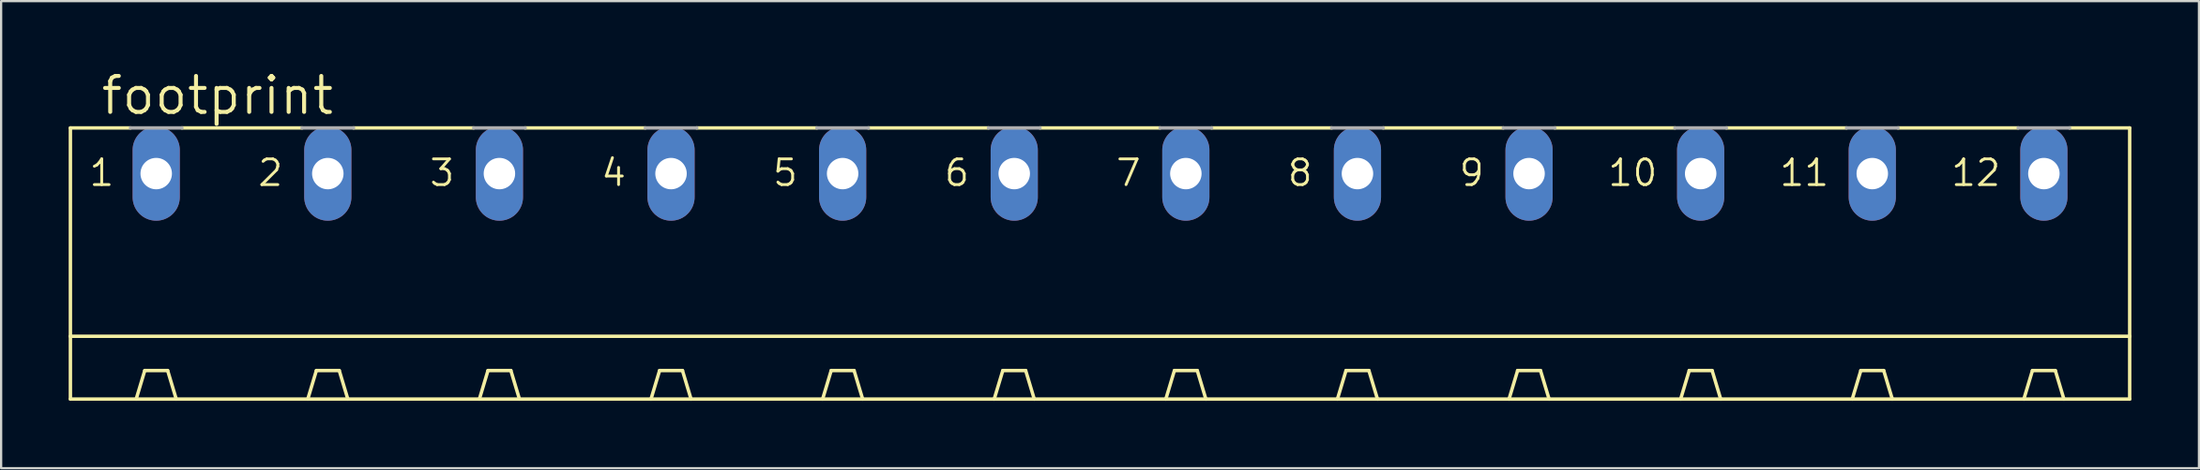
<source format=kicad_pcb>
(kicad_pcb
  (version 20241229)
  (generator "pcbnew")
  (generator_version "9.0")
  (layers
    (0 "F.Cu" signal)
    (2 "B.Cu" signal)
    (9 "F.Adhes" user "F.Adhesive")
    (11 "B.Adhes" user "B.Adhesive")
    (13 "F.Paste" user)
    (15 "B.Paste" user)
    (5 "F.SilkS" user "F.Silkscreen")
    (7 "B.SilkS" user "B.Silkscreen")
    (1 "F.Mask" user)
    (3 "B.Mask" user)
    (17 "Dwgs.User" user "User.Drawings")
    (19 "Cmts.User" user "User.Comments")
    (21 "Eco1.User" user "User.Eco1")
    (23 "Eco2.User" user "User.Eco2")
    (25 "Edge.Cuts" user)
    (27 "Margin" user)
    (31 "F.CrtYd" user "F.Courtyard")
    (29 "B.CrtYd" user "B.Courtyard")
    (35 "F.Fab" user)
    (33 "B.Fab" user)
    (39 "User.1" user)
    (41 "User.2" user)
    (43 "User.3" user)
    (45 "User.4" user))
  (footprint "footprint"
    (layer "F.Cu")
    (at 45.796 9.754)
    (property "Reference" "footprint" (at -44.45 -7.62 0) (layer "F.SilkS") (effects (font (size 1.6 1.6) (thickness 0.178)) (justify left bottom)))
    (fp_line (start -45.72 -7.112) (end -45.72 2.159) (stroke (width 0.152) (type solid)) (layer "F.SilkS"))
    (fp_line (start -45.72 -7.112) (end -43.053 -7.112) (stroke (width 0.152) (type solid)) (layer "F.SilkS"))
    (fp_line (start -45.72 2.159) (end -45.72 4.953) (stroke (width 0.152) (type solid)) (layer "F.SilkS"))
    (fp_line (start -45.72 2.159) (end 45.72 2.159) (stroke (width 0.152) (type solid)) (layer "F.SilkS"))
    (fp_line (start -42.799 4.953) (end -42.418 3.683) (stroke (width 0.152) (type solid)) (layer "F.SilkS"))
    (fp_line (start -41.402 3.683) (end -42.418 3.683) (stroke (width 0.152) (type solid)) (layer "F.SilkS"))
    (fp_line (start -41.021 4.953) (end -41.402 3.683) (stroke (width 0.152) (type solid)) (layer "F.SilkS"))
    (fp_line (start -40.767 -7.112) (end -35.433 -7.112) (stroke (width 0.152) (type solid)) (layer "F.SilkS"))
    (fp_line (start -35.179 4.953) (end -34.798 3.683) (stroke (width 0.152) (type solid)) (layer "F.SilkS"))
    (fp_line (start -34.798 3.683) (end -33.782 3.683) (stroke (width 0.152) (type solid)) (layer "F.SilkS"))
    (fp_line (start -33.401 4.953) (end -33.782 3.683) (stroke (width 0.152) (type solid)) (layer "F.SilkS"))
    (fp_line (start -33.147 -7.112) (end -27.813 -7.112) (stroke (width 0.152) (type solid)) (layer "F.SilkS"))
    (fp_line (start -27.559 4.953) (end -27.178 3.683) (stroke (width 0.152) (type solid)) (layer "F.SilkS"))
    (fp_line (start -27.178 3.683) (end -26.162 3.683) (stroke (width 0.152) (type solid)) (layer "F.SilkS"))
    (fp_line (start -25.781 4.953) (end -26.162 3.683) (stroke (width 0.152) (type solid)) (layer "F.SilkS"))
    (fp_line (start -25.527 -7.112) (end -20.193 -7.112) (stroke (width 0.152) (type solid)) (layer "F.SilkS"))
    (fp_line (start -19.939 4.953) (end -45.72 4.953) (stroke (width 0.152) (type solid)) (layer "F.SilkS"))
    (fp_line (start -19.939 4.953) (end -19.558 3.683) (stroke (width 0.152) (type solid)) (layer "F.SilkS"))
    (fp_line (start -19.558 3.683) (end -18.542 3.683) (stroke (width 0.152) (type solid)) (layer "F.SilkS"))
    (fp_line (start -18.161 4.953) (end -19.939 4.953) (stroke (width 0.152) (type solid)) (layer "F.SilkS"))
    (fp_line (start -18.161 4.953) (end -18.542 3.683) (stroke (width 0.152) (type solid)) (layer "F.SilkS"))
    (fp_line (start -17.907 -7.112) (end -12.573 -7.112) (stroke (width 0.152) (type solid)) (layer "F.SilkS"))
    (fp_line (start -12.319 4.953) (end -18.161 4.953) (stroke (width 0.152) (type solid)) (layer "F.SilkS"))
    (fp_line (start -12.319 4.953) (end -11.938 3.683) (stroke (width 0.152) (type solid)) (layer "F.SilkS"))
    (fp_line (start -11.938 3.683) (end -10.922 3.683) (stroke (width 0.152) (type solid)) (layer "F.SilkS"))
    (fp_line (start -10.541 4.953) (end -12.319 4.953) (stroke (width 0.152) (type solid)) (layer "F.SilkS"))
    (fp_line (start -10.541 4.953) (end -10.922 3.683) (stroke (width 0.152) (type solid)) (layer "F.SilkS"))
    (fp_line (start -10.287 -7.112) (end -4.953 -7.112) (stroke (width 0.152) (type solid)) (layer "F.SilkS"))
    (fp_line (start -4.699 4.953) (end -10.541 4.953) (stroke (width 0.152) (type solid)) (layer "F.SilkS"))
    (fp_line (start -4.699 4.953) (end -4.318 3.683) (stroke (width 0.152) (type solid)) (layer "F.SilkS"))
    (fp_line (start -4.318 3.683) (end -3.302 3.683) (stroke (width 0.152) (type solid)) (layer "F.SilkS"))
    (fp_line (start -2.921 4.953) (end -4.699 4.953) (stroke (width 0.152) (type solid)) (layer "F.SilkS"))
    (fp_line (start -2.921 4.953) (end -3.302 3.683) (stroke (width 0.152) (type solid)) (layer "F.SilkS"))
    (fp_line (start -2.667 -7.112) (end 2.667 -7.112) (stroke (width 0.152) (type solid)) (layer "F.SilkS"))
    (fp_line (start 2.921 4.953) (end -2.921 4.953) (stroke (width 0.152) (type solid)) (layer "F.SilkS"))
    (fp_line (start 2.921 4.953) (end 3.302 3.683) (stroke (width 0.152) (type solid)) (layer "F.SilkS"))
    (fp_line (start 3.302 3.683) (end 4.318 3.683) (stroke (width 0.152) (type solid)) (layer "F.SilkS"))
    (fp_line (start 4.699 4.953) (end 2.921 4.953) (stroke (width 0.152) (type solid)) (layer "F.SilkS"))
    (fp_line (start 4.699 4.953) (end 4.318 3.683) (stroke (width 0.152) (type solid)) (layer "F.SilkS"))
    (fp_line (start 4.953 -7.112) (end 10.287 -7.112) (stroke (width 0.152) (type solid)) (layer "F.SilkS"))
    (fp_line (start 10.541 4.953) (end 4.699 4.953) (stroke (width 0.152) (type solid)) (layer "F.SilkS"))
    (fp_line (start 10.541 4.953) (end 10.922 3.683) (stroke (width 0.152) (type solid)) (layer "F.SilkS"))
    (fp_line (start 10.922 3.683) (end 11.938 3.683) (stroke (width 0.152) (type solid)) (layer "F.SilkS"))
    (fp_line (start 12.319 4.953) (end 10.541 4.953) (stroke (width 0.152) (type solid)) (layer "F.SilkS"))
    (fp_line (start 12.319 4.953) (end 11.938 3.683) (stroke (width 0.152) (type solid)) (layer "F.SilkS"))
    (fp_line (start 12.573 -7.112) (end 17.907 -7.112) (stroke (width 0.152) (type solid)) (layer "F.SilkS"))
    (fp_line (start 18.161 4.953) (end 12.319 4.953) (stroke (width 0.152) (type solid)) (layer "F.SilkS"))
    (fp_line (start 18.161 4.953) (end 18.542 3.683) (stroke (width 0.152) (type solid)) (layer "F.SilkS"))
    (fp_line (start 18.542 3.683) (end 19.558 3.683) (stroke (width 0.152) (type solid)) (layer "F.SilkS"))
    (fp_line (start 19.939 4.953) (end 18.161 4.953) (stroke (width 0.152) (type solid)) (layer "F.SilkS"))
    (fp_line (start 19.939 4.953) (end 19.558 3.683) (stroke (width 0.152) (type solid)) (layer "F.SilkS"))
    (fp_line (start 20.193 -7.112) (end 25.527 -7.112) (stroke (width 0.152) (type solid)) (layer "F.SilkS"))
    (fp_line (start 25.781 4.953) (end 19.939 4.953) (stroke (width 0.152) (type solid)) (layer "F.SilkS"))
    (fp_line (start 25.781 4.953) (end 26.162 3.683) (stroke (width 0.152) (type solid)) (layer "F.SilkS"))
    (fp_line (start 26.162 3.683) (end 27.178 3.683) (stroke (width 0.152) (type solid)) (layer "F.SilkS"))
    (fp_line (start 27.559 4.953) (end 25.781 4.953) (stroke (width 0.152) (type solid)) (layer "F.SilkS"))
    (fp_line (start 27.559 4.953) (end 27.178 3.683) (stroke (width 0.152) (type solid)) (layer "F.SilkS"))
    (fp_line (start 27.813 -7.112) (end 33.147 -7.112) (stroke (width 0.152) (type solid)) (layer "F.SilkS"))
    (fp_line (start 33.401 4.953) (end 27.559 4.953) (stroke (width 0.152) (type solid)) (layer "F.SilkS"))
    (fp_line (start 33.401 4.953) (end 33.782 3.683) (stroke (width 0.152) (type solid)) (layer "F.SilkS"))
    (fp_line (start 33.782 3.683) (end 34.798 3.683) (stroke (width 0.152) (type solid)) (layer "F.SilkS"))
    (fp_line (start 35.179 4.953) (end 33.401 4.953) (stroke (width 0.152) (type solid)) (layer "F.SilkS"))
    (fp_line (start 35.179 4.953) (end 34.798 3.683) (stroke (width 0.152) (type solid)) (layer "F.SilkS"))
    (fp_line (start 35.433 -7.112) (end 40.767 -7.112) (stroke (width 0.152) (type solid)) (layer "F.SilkS"))
    (fp_line (start 41.021 4.953) (end 35.179 4.953) (stroke (width 0.152) (type solid)) (layer "F.SilkS"))
    (fp_line (start 41.021 4.953) (end 41.402 3.683) (stroke (width 0.152) (type solid)) (layer "F.SilkS"))
    (fp_line (start 41.402 3.683) (end 42.418 3.683) (stroke (width 0.152) (type solid)) (layer "F.SilkS"))
    (fp_line (start 42.799 4.953) (end 41.021 4.953) (stroke (width 0.152) (type solid)) (layer "F.SilkS"))
    (fp_line (start 42.799 4.953) (end 42.418 3.683) (stroke (width 0.152) (type solid)) (layer "F.SilkS"))
    (fp_line (start 43.053 -7.112) (end 45.72 -7.112) (stroke (width 0.152) (type solid)) (layer "F.SilkS"))
    (fp_line (start 45.72 -7.112) (end 45.72 2.159) (stroke (width 0.152) (type solid)) (layer "F.SilkS"))
    (fp_line (start 45.72 2.159) (end 45.72 4.953) (stroke (width 0.152) (type solid)) (layer "F.SilkS"))
    (fp_line (start 45.72 4.953) (end 42.799 4.953) (stroke (width 0.152) (type solid)) (layer "F.SilkS"))
    (fp_line (start -43.053 -7.112) (end -40.767 -7.112) (stroke (width 0.152) (type solid)) (layer "F.Fab"))
    (fp_line (start -35.433 -7.112) (end -33.147 -7.112) (stroke (width 0.152) (type solid)) (layer "F.Fab"))
    (fp_line (start -27.813 -7.112) (end -25.527 -7.112) (stroke (width 0.152) (type solid)) (layer "F.Fab"))
    (fp_line (start -20.193 -7.112) (end -17.907 -7.112) (stroke (width 0.152) (type solid)) (layer "F.Fab"))
    (fp_line (start -12.573 -7.112) (end -10.287 -7.112) (stroke (width 0.152) (type solid)) (layer "F.Fab"))
    (fp_line (start -4.953 -7.112) (end -2.667 -7.112) (stroke (width 0.152) (type solid)) (layer "F.Fab"))
    (fp_line (start 2.667 -7.112) (end 4.953 -7.112) (stroke (width 0.152) (type solid)) (layer "F.Fab"))
    (fp_line (start 10.287 -7.112) (end 12.573 -7.112) (stroke (width 0.152) (type solid)) (layer "F.Fab"))
    (fp_line (start 17.907 -7.112) (end 20.193 -7.112) (stroke (width 0.152) (type solid)) (layer "F.Fab"))
    (fp_line (start 25.527 -7.112) (end 27.813 -7.112) (stroke (width 0.152) (type solid)) (layer "F.Fab"))
    (fp_line (start 33.147 -7.112) (end 35.433 -7.112) (stroke (width 0.152) (type solid)) (layer "F.Fab"))
    (fp_line (start 40.767 -7.112) (end 43.053 -7.112) (stroke (width 0.152) (type solid)) (layer "F.Fab"))
    (fp_text user "5" (at -14.605 -4.445 0) (layer "F.SilkS") (effects (font (size 1.143 1.143) (thickness 0.127)) (justify left bottom)))
    (fp_text user "12" (at 37.719 -4.445 0) (layer "F.SilkS") (effects (font (size 1.143 1.143) (thickness 0.127)) (justify left bottom)))
    (fp_text user "10" (at 22.479 -4.445 0) (layer "F.SilkS") (effects (font (size 1.143 1.143) (thickness 0.127)) (justify left bottom)))
    (fp_text user "4" (at -22.225 -4.445 0) (layer "F.SilkS") (effects (font (size 1.143 1.143) (thickness 0.127)) (justify left bottom)))
    (fp_text user "9" (at 15.875 -4.445 0) (layer "F.SilkS") (effects (font (size 1.143 1.143) (thickness 0.127)) (justify left bottom)))
    (fp_text user "3" (at -29.845 -4.445 0) (layer "F.SilkS") (effects (font (size 1.143 1.143) (thickness 0.127)) (justify left bottom)))
    (fp_text user "2" (at -37.465 -4.445 0) (layer "F.SilkS") (effects (font (size 1.143 1.143) (thickness 0.127)) (justify left bottom)))
    (fp_text user "7" (at 0.635 -4.445 0) (layer "F.SilkS") (effects (font (size 1.143 1.143) (thickness 0.127)) (justify left bottom)))
    (fp_text user "8" (at 8.255 -4.445 0) (layer "F.SilkS") (effects (font (size 1.143 1.143) (thickness 0.127)) (justify left bottom)))
    (fp_text user "1" (at -44.958 -4.445 0) (layer "F.SilkS") (effects (font (size 1.143 1.143) (thickness 0.127)) (justify left bottom)))
    (fp_text user "11" (at 30.099 -4.445 0) (layer "F.SilkS") (effects (font (size 1.143 1.143) (thickness 0.127)) (justify left bottom)))
    (fp_text user "6" (at -6.985 -4.445 0) (layer "F.SilkS") (effects (font (size 1.143 1.143) (thickness 0.127)) (justify left bottom)))
    (pad "1" thru_hole oval (at -41.91 -5.08 90) (size 4.191 2.095) (drill 1.397) (layers "*.Cu" "*.Mask"))
    (pad "2" thru_hole oval (at -34.29 -5.08 90) (size 4.191 2.095) (drill 1.397) (layers "*.Cu" "*.Mask"))
    (pad "3" thru_hole oval (at -26.67 -5.08 90) (size 4.191 2.095) (drill 1.397) (layers "*.Cu" "*.Mask"))
    (pad "4" thru_hole oval (at -19.05 -5.08 90) (size 4.191 2.095) (drill 1.397) (layers "*.Cu" "*.Mask"))
    (pad "5" thru_hole oval (at -11.43 -5.08 90) (size 4.191 2.095) (drill 1.397) (layers "*.Cu" "*.Mask"))
    (pad "6" thru_hole oval (at -3.81 -5.08 90) (size 4.191 2.095) (drill 1.397) (layers "*.Cu" "*.Mask"))
    (pad "7" thru_hole oval (at 3.81 -5.08 90) (size 4.191 2.095) (drill 1.397) (layers "*.Cu" "*.Mask"))
    (pad "8" thru_hole oval (at 11.43 -5.08 90) (size 4.191 2.095) (drill 1.397) (layers "*.Cu" "*.Mask"))
    (pad "9" thru_hole oval (at 19.05 -5.08 90) (size 4.191 2.095) (drill 1.397) (layers "*.Cu" "*.Mask"))
    (pad "10" thru_hole oval (at 26.67 -5.08 90) (size 4.191 2.095) (drill 1.397) (layers "*.Cu" "*.Mask"))
    (pad "11" thru_hole oval (at 34.29 -5.08 90) (size 4.191 2.095) (drill 1.397) (layers "*.Cu" "*.Mask"))
    (pad "12" thru_hole oval (at 41.91 -5.08 90) (size 4.191 2.095) (drill 1.397) (layers "*.Cu" "*.Mask")))
  (gr_rect
    (start -3 -3)
    (end 94.592 17.783)
    (stroke (width 0.1) (type default))
    (fill no)
    (layer "Edge.Cuts")))
</source>
